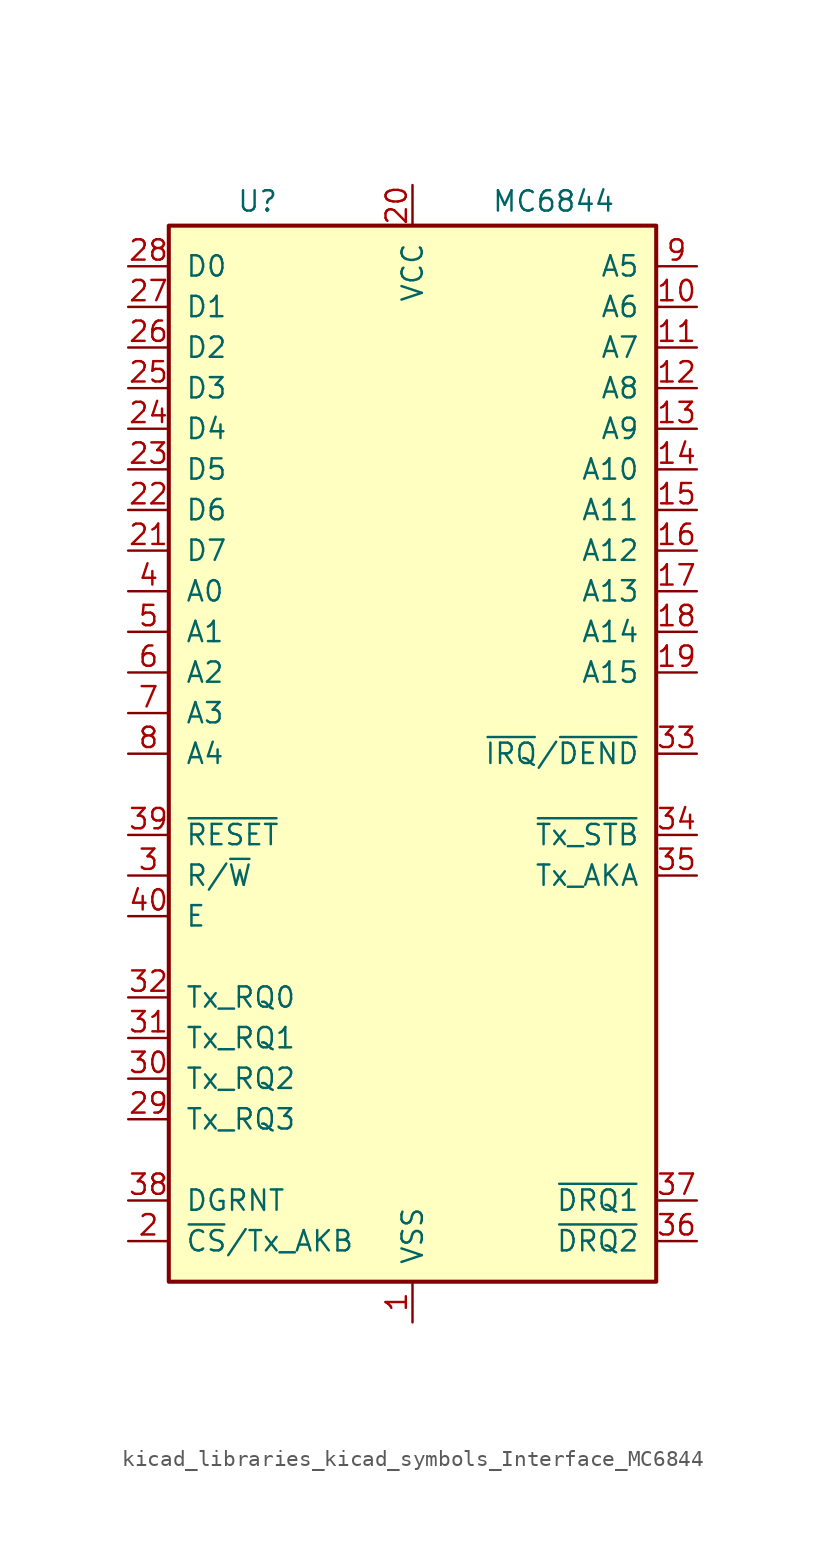
<source format=kicad_sym>
(kicad_symbol_lib
  (version 20220914)
  (generator kicad_symbol_editor)
  (symbol "kicad_libraries_kicad_symbols_Interface_MC6844"
    (pin_names
      (offset 1.016))
    (property "Reference" "U"
      (at -8.382 34.544 0)
      (effects (font (size 1.27 1.27)) (justify right)))
    (property "Value" "MC6844"
      (at 12.7 34.544 0)
      (effects (font (size 1.27 1.27)) (justify right)))
    (symbol "kicad_libraries_kicad_symbols_Interface_MC6844_0_1"
      (rectangle (start -15.24 -33.02) (end 15.24 33.02) (stroke (width 0.254) (type default)) (fill (type background))))
    (symbol "kicad_libraries_kicad_symbols_Interface_MC6844_1_1"
      (pin power_in line (at 0 -35.56 90) (length 2.54) (name "VSS" (effects (font (size 1.27 1.27)))) (number "1" (effects (font (size 1.27 1.27)))))
      (pin output line (at 17.78 27.94 180) (length 2.54) (name "A6" (effects (font (size 1.27 1.27)))) (number "10" (effects (font (size 1.27 1.27)))))
      (pin output line (at 17.78 25.4 180) (length 2.54) (name "A7" (effects (font (size 1.27 1.27)))) (number "11" (effects (font (size 1.27 1.27)))))
      (pin output line (at 17.78 22.86 180) (length 2.54) (name "A8" (effects (font (size 1.27 1.27)))) (number "12" (effects (font (size 1.27 1.27)))))
      (pin output line (at 17.78 20.32 180) (length 2.54) (name "A9" (effects (font (size 1.27 1.27)))) (number "13" (effects (font (size 1.27 1.27)))))
      (pin output line (at 17.78 17.78 180) (length 2.54) (name "A10" (effects (font (size 1.27 1.27)))) (number "14" (effects (font (size 1.27 1.27)))))
      (pin output line (at 17.78 15.24 180) (length 2.54) (name "A11" (effects (font (size 1.27 1.27)))) (number "15" (effects (font (size 1.27 1.27)))))
      (pin output line (at 17.78 12.7 180) (length 2.54) (name "A12" (effects (font (size 1.27 1.27)))) (number "16" (effects (font (size 1.27 1.27)))))
      (pin output line (at 17.78 10.16 180) (length 2.54) (name "A13" (effects (font (size 1.27 1.27)))) (number "17" (effects (font (size 1.27 1.27)))))
      (pin output line (at 17.78 7.62 180) (length 2.54) (name "A14" (effects (font (size 1.27 1.27)))) (number "18" (effects (font (size 1.27 1.27)))))
      (pin output line (at 17.78 5.08 180) (length 2.54) (name "A15" (effects (font (size 1.27 1.27)))) (number "19" (effects (font (size 1.27 1.27)))))
      (pin bidirectional line (at -17.78 -30.48 0) (length 2.54) (name "~{CS}/Tx_AKB" (effects (font (size 1.27 1.27)))) (number "2" (effects (font (size 1.27 1.27)))))
      (pin power_in line (at 0 35.56 270) (length 2.54) (name "VCC" (effects (font (size 1.27 1.27)))) (number "20" (effects (font (size 1.27 1.27)))))
      (pin bidirectional line (at -17.78 12.7 0) (length 2.54) (name "D7" (effects (font (size 1.27 1.27)))) (number "21" (effects (font (size 1.27 1.27)))))
      (pin bidirectional line (at -17.78 15.24 0) (length 2.54) (name "D6" (effects (font (size 1.27 1.27)))) (number "22" (effects (font (size 1.27 1.27)))))
      (pin bidirectional line (at -17.78 17.78 0) (length 2.54) (name "D5" (effects (font (size 1.27 1.27)))) (number "23" (effects (font (size 1.27 1.27)))))
      (pin bidirectional line (at -17.78 20.32 0) (length 2.54) (name "D4" (effects (font (size 1.27 1.27)))) (number "24" (effects (font (size 1.27 1.27)))))
      (pin bidirectional line (at -17.78 22.86 0) (length 2.54) (name "D3" (effects (font (size 1.27 1.27)))) (number "25" (effects (font (size 1.27 1.27)))))
      (pin bidirectional line (at -17.78 25.4 0) (length 2.54) (name "D2" (effects (font (size 1.27 1.27)))) (number "26" (effects (font (size 1.27 1.27)))))
      (pin bidirectional line (at -17.78 27.94 0) (length 2.54) (name "D1" (effects (font (size 1.27 1.27)))) (number "27" (effects (font (size 1.27 1.27)))))
      (pin bidirectional line (at -17.78 30.48 0) (length 2.54) (name "D0" (effects (font (size 1.27 1.27)))) (number "28" (effects (font (size 1.27 1.27)))))
      (pin input line (at -17.78 -22.86 0) (length 2.54) (name "Tx_RQ3" (effects (font (size 1.27 1.27)))) (number "29" (effects (font (size 1.27 1.27)))))
      (pin bidirectional line (at -17.78 -7.62 0) (length 2.54) (name "R/~{W}" (effects (font (size 1.27 1.27)))) (number "3" (effects (font (size 1.27 1.27)))))
      (pin input line (at -17.78 -20.32 0) (length 2.54) (name "Tx_RQ2" (effects (font (size 1.27 1.27)))) (number "30" (effects (font (size 1.27 1.27)))))
      (pin input line (at -17.78 -17.78 0) (length 2.54) (name "Tx_RQ1" (effects (font (size 1.27 1.27)))) (number "31" (effects (font (size 1.27 1.27)))))
      (pin input line (at -17.78 -15.24 0) (length 2.54) (name "Tx_RQ0" (effects (font (size 1.27 1.27)))) (number "32" (effects (font (size 1.27 1.27)))))
      (pin output line (at 17.78 0 180) (length 2.54) (name "~{IRQ}/~{DEND}" (effects (font (size 1.27 1.27)))) (number "33" (effects (font (size 1.27 1.27)))))
      (pin output line (at 17.78 -5.08 180) (length 2.54) (name "~{Tx_STB}" (effects (font (size 1.27 1.27)))) (number "34" (effects (font (size 1.27 1.27)))))
      (pin output line (at 17.78 -7.62 180) (length 2.54) (name "Tx_AKA" (effects (font (size 1.27 1.27)))) (number "35" (effects (font (size 1.27 1.27)))))
      (pin output line (at 17.78 -30.48 180) (length 2.54) (name "~{DRQ2}" (effects (font (size 1.27 1.27)))) (number "36" (effects (font (size 1.27 1.27)))))
      (pin output line (at 17.78 -27.94 180) (length 2.54) (name "~{DRQ1}" (effects (font (size 1.27 1.27)))) (number "37" (effects (font (size 1.27 1.27)))))
      (pin input line (at -17.78 -27.94 0) (length 2.54) (name "DGRNT" (effects (font (size 1.27 1.27)))) (number "38" (effects (font (size 1.27 1.27)))))
      (pin input line (at -17.78 -5.08 0) (length 2.54) (name "~{RESET}" (effects (font (size 1.27 1.27)))) (number "39" (effects (font (size 1.27 1.27)))))
      (pin bidirectional line (at -17.78 10.16 0) (length 2.54) (name "A0" (effects (font (size 1.27 1.27)))) (number "4" (effects (font (size 1.27 1.27)))))
      (pin input line (at -17.78 -10.16 0) (length 2.54) (name "E" (effects (font (size 1.27 1.27)))) (number "40" (effects (font (size 1.27 1.27)))))
      (pin bidirectional line (at -17.78 7.62 0) (length 2.54) (name "A1" (effects (font (size 1.27 1.27)))) (number "5" (effects (font (size 1.27 1.27)))))
      (pin bidirectional line (at -17.78 5.08 0) (length 2.54) (name "A2" (effects (font (size 1.27 1.27)))) (number "6" (effects (font (size 1.27 1.27)))))
      (pin bidirectional line (at -17.78 2.54 0) (length 2.54) (name "A3" (effects (font (size 1.27 1.27)))) (number "7" (effects (font (size 1.27 1.27)))))
      (pin bidirectional line (at -17.78 0 0) (length 2.54) (name "A4" (effects (font (size 1.27 1.27)))) (number "8" (effects (font (size 1.27 1.27)))))
      (pin output line (at 17.78 30.48 180) (length 2.54) (name "A5" (effects (font (size 1.27 1.27)))) (number "9" (effects (font (size 1.27 1.27))))))))
</source>
